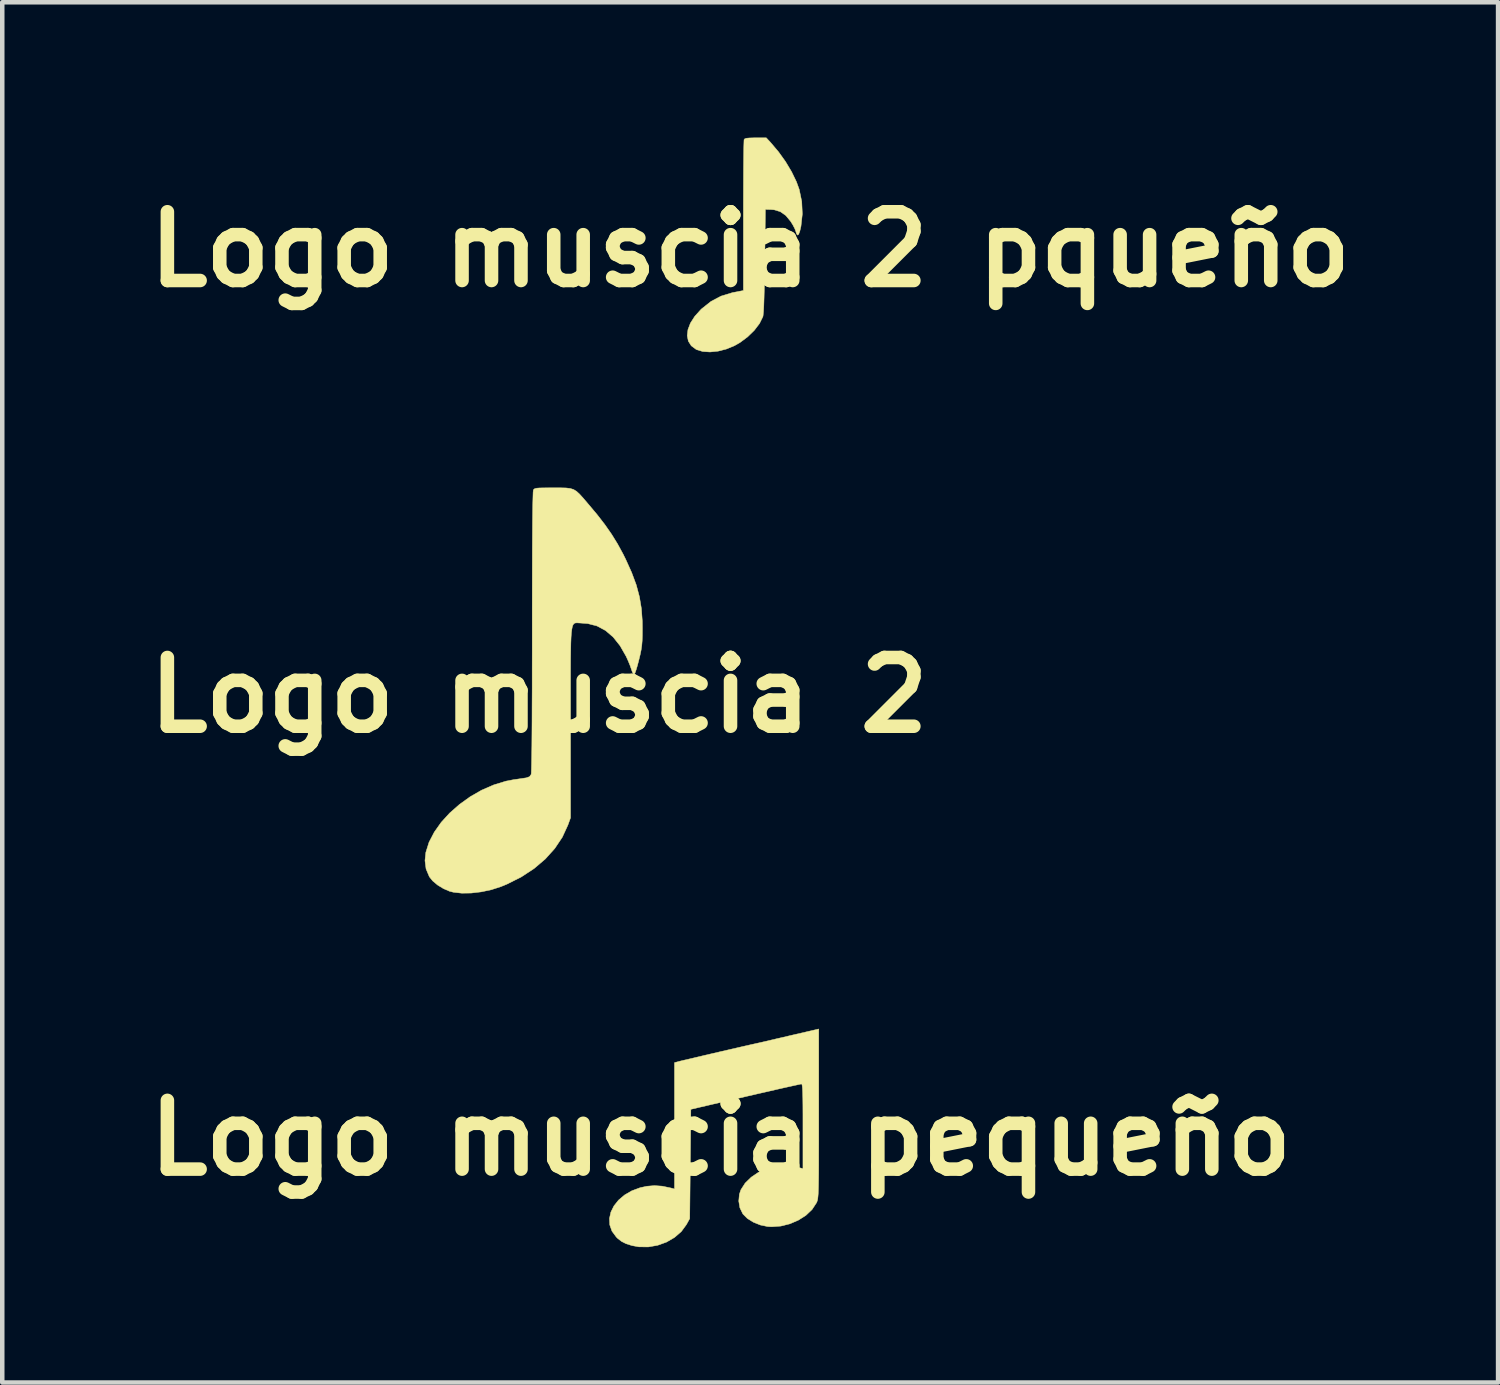
<source format=kicad_pcb>
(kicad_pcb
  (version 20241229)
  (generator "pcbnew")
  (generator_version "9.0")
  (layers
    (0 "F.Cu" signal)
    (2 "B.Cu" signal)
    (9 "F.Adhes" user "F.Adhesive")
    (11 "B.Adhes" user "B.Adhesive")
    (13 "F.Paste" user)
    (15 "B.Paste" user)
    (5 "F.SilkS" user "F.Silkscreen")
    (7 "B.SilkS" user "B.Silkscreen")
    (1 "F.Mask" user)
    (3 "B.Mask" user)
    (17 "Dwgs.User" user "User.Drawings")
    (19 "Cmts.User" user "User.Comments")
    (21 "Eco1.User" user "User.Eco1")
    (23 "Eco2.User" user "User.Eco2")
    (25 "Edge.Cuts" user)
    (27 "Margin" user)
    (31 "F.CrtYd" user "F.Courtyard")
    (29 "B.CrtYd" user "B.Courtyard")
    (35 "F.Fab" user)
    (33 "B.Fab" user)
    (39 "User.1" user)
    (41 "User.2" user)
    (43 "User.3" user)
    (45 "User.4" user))
  (footprint "Logo muscia pequeño"
    (layer "F.Cu")
    (at 12.925 22.175)
    (property "Reference" "Logo muscia pequeño" (at 0 0 0) (layer "F.SilkS") (effects (font (size 1.524 1.524) (thickness 0.3))))
    (attr through_hole)
    (fp_poly (pts (xy 2.173 -0.542) (xy 2.173 -0.192) (xy 2.173 0.113) (xy 2.172 0.374) (xy 2.172 0.596) (xy 2.171 0.782) (xy 2.169 0.936) (xy 2.167 1.061) (xy 2.164 1.16) (xy 2.161 1.238) (xy 2.156 1.298) (xy 2.151 1.343) (xy 2.145 1.376) (xy 2.137 1.402) (xy 2.129 1.424) (xy 2.121 1.439) (xy 2.024 1.586) (xy 1.888 1.715) (xy 1.721 1.821) (xy 1.533 1.902) (xy 1.333 1.952) (xy 1.129 1.967) (xy 1.04 1.962) (xy 0.878 1.928) (xy 0.724 1.866) (xy 0.591 1.783) (xy 0.494 1.686) (xy 0.489 1.679) (xy 0.425 1.547) (xy 0.4 1.398) (xy 0.414 1.246) (xy 0.448 1.146) (xy 0.543 0.998) (xy 0.677 0.868) (xy 0.84 0.758) (xy 1.023 0.675) (xy 1.217 0.622) (xy 1.411 0.604) (xy 1.567 0.619) (xy 1.656 0.637) (xy 1.733 0.655) (xy 1.767 0.664) (xy 1.823 0.68) (xy 1.823 -0.259) (xy 1.823 -0.511) (xy 1.822 -0.717) (xy 1.82 -0.881) (xy 1.817 -1.006) (xy 1.813 -1.096) (xy 1.807 -1.156) (xy 1.8 -1.189) (xy 1.792 -1.199) (xy 1.762 -1.193) (xy 1.688 -1.177) (xy 1.574 -1.152) (xy 1.425 -1.119) (xy 1.244 -1.078) (xy 1.037 -1.03) (xy 0.808 -0.978) (xy 0.561 -0.921) (xy 0.3 -0.86) (xy 0.031 -0.798) (xy -0.243 -0.734) (xy -0.475 -0.68) (xy -0.662 -0.636) (xy -0.674 0.575) (xy -0.687 1.786) (xy -0.761 1.92) (xy -0.874 2.074) (xy -1.024 2.204) (xy -1.201 2.307) (xy -1.398 2.378) (xy -1.605 2.414) (xy -1.814 2.412) (xy -1.967 2.384) (xy -2.099 2.342) (xy -2.198 2.292) (xy -2.283 2.226) (xy -2.315 2.194) (xy -2.41 2.065) (xy -2.459 1.926) (xy -2.466 1.783) (xy -2.434 1.641) (xy -2.366 1.504) (xy -2.264 1.376) (xy -2.131 1.263) (xy -1.971 1.17) (xy -1.785 1.101) (xy -1.637 1.069) (xy -1.469 1.055) (xy -1.298 1.067) (xy -1.107 1.107) (xy -1.08 1.114) (xy -1.024 1.13) (xy -1.024 -1.671) (xy -0.93 -1.696) (xy -0.884 -1.708) (xy -0.796 -1.729) (xy -0.674 -1.757) (xy -0.526 -1.792) (xy -0.358 -1.832) (xy -0.178 -1.874) (xy 0.007 -1.917) (xy 0.19 -1.959) (xy 0.363 -1.999) (xy 0.519 -2.035) (xy 0.65 -2.065) (xy 0.75 -2.087) (xy 0.811 -2.101) (xy 0.812 -2.101) (xy 0.884 -2.117) (xy 0.985 -2.14) (xy 1.097 -2.166) (xy 1.124 -2.173) (xy 1.234 -2.199) (xy 1.375 -2.231) (xy 1.527 -2.267) (xy 1.661 -2.298) (xy 1.791 -2.328) (xy 1.912 -2.356) (xy 2.011 -2.379) (xy 2.075 -2.394) (xy 2.079 -2.395) (xy 2.173 -2.417) (xy 2.173 -0.542)) (stroke (width 0.01) (type solid)) (fill yes) (layer "F.SilkS")))
  (footprint "Logo muscia 2 pqueño"
    (layer "F.Cu")
    (at 13.578 2.478)
    (property "Reference" "Logo muscia 2 pqueño" (at 0 0 0) (layer "F.SilkS") (effects (font (size 1.524 1.524) (thickness 0.3))))
    (attr through_hole)
    (fp_poly (pts (xy 0.456 -2.366) (xy 0.627 -2.164) (xy 0.784 -1.945) (xy 0.919 -1.719) (xy 1.025 -1.5) (xy 1.087 -1.33) (xy 1.143 -1.061) (xy 1.156 -0.784) (xy 1.126 -0.512) (xy 1.101 -0.405) (xy 1.075 -0.335) (xy 1.05 -0.316) (xy 1.027 -0.346) (xy 1.011 -0.4) (xy 0.989 -0.46) (xy 0.947 -0.541) (xy 0.899 -0.619) (xy 0.79 -0.751) (xy 0.669 -0.836) (xy 0.531 -0.878) (xy 0.466 -0.883) (xy 0.337 -0.887) (xy 0.324 0.262) (xy 0.319 0.577) (xy 0.314 0.847) (xy 0.308 1.072) (xy 0.302 1.25) (xy 0.295 1.381) (xy 0.287 1.463) (xy 0.282 1.491) (xy 0.207 1.643) (xy 0.091 1.795) (xy -0.056 1.938) (xy -0.225 2.064) (xy -0.349 2.135) (xy -0.528 2.209) (xy -0.712 2.256) (xy -0.89 2.274) (xy -1.052 2.263) (xy -1.187 2.222) (xy -1.199 2.216) (xy -1.306 2.136) (xy -1.371 2.033) (xy -1.395 1.912) (xy -1.379 1.778) (xy -1.324 1.634) (xy -1.229 1.485) (xy -1.095 1.336) (xy -1.074 1.316) (xy -0.868 1.153) (xy -0.644 1.035) (xy -0.395 0.959) (xy -0.364 0.953) (xy -0.15 0.912) (xy -0.15 -0.741) (xy -0.15 -1.025) (xy -0.149 -1.294) (xy -0.148 -1.545) (xy -0.147 -1.773) (xy -0.145 -1.974) (xy -0.143 -2.145) (xy -0.141 -2.279) (xy -0.138 -2.374) (xy -0.136 -2.426) (xy -0.135 -2.433) (xy -0.119 -2.452) (xy -0.082 -2.464) (xy -0.015 -2.47) (xy 0.091 -2.473) (xy 0.119 -2.473) (xy 0.357 -2.473) (xy 0.456 -2.366)) (stroke (width 0.01) (type solid)) (fill yes) (layer "F.SilkS")))
  (footprint "Logo muscia 2"
    (layer "F.Cu")
    (at 8.897 12.358)
    (property "Reference" "Logo muscia 2" (at 0 0 0) (layer "F.SilkS") (effects (font (size 1.524 1.524) (thickness 0.3))))
    (attr through_hole)
    (fp_poly (pts (xy 0.599 -4.592) (xy 0.692 -4.581) (xy 0.766 -4.558) (xy 0.832 -4.518) (xy 0.9 -4.455) (xy 0.98 -4.367) (xy 1.078 -4.252) (xy 1.285 -4.006) (xy 1.46 -3.78) (xy 1.61 -3.565) (xy 1.742 -3.351) (xy 1.864 -3.127) (xy 1.922 -3.01) (xy 2.055 -2.715) (xy 2.156 -2.443) (xy 2.226 -2.181) (xy 2.27 -1.918) (xy 2.29 -1.64) (xy 2.292 -1.486) (xy 2.291 -1.326) (xy 2.287 -1.202) (xy 2.278 -1.098) (xy 2.264 -1.001) (xy 2.242 -0.895) (xy 2.213 -0.776) (xy 2.182 -0.658) (xy 2.153 -0.56) (xy 2.128 -0.49) (xy 2.111 -0.458) (xy 2.11 -0.457) (xy 2.089 -0.474) (xy 2.064 -0.526) (xy 2.05 -0.568) (xy 2.021 -0.652) (xy 1.978 -0.757) (xy 1.932 -0.859) (xy 1.796 -1.096) (xy 1.644 -1.287) (xy 1.475 -1.432) (xy 1.288 -1.532) (xy 1.082 -1.586) (xy 0.919 -1.598) (xy 0.881 -1.6) (xy 0.848 -1.602) (xy 0.818 -1.601) (xy 0.793 -1.596) (xy 0.772 -1.581) (xy 0.754 -1.556) (xy 0.739 -1.516) (xy 0.728 -1.458) (xy 0.718 -1.38) (xy 0.711 -1.278) (xy 0.706 -1.149) (xy 0.703 -0.991) (xy 0.7 -0.8) (xy 0.699 -0.573) (xy 0.699 -0.308) (xy 0.699 -0.000246) (xy 0.699 0.352) (xy 0.699 0.616) (xy 0.699 2.72) (xy 0.64 2.882) (xy 0.517 3.149) (xy 0.349 3.4) (xy 0.139 3.633) (xy -0.109 3.844) (xy -0.394 4.031) (xy -0.711 4.19) (xy -0.847 4.246) (xy -1.059 4.314) (xy -1.281 4.361) (xy -1.503 4.387) (xy -1.711 4.39) (xy -1.896 4.369) (xy -1.986 4.346) (xy -2.119 4.288) (xy -2.248 4.209) (xy -2.356 4.118) (xy -2.431 4.025) (xy -2.431 4.024) (xy -2.503 3.853) (xy -2.527 3.667) (xy -2.508 3.486) (xy -2.437 3.26) (xy -2.321 3.037) (xy -2.167 2.819) (xy -1.979 2.613) (xy -1.763 2.423) (xy -1.525 2.252) (xy -1.271 2.106) (xy -1.004 1.99) (xy -0.733 1.907) (xy -0.562 1.874) (xy -0.455 1.859) (xy -0.357 1.844) (xy -0.287 1.834) (xy -0.28 1.833) (xy -0.209 1.807) (xy -0.174 1.758) (xy -0.17 1.723) (xy -0.167 1.641) (xy -0.164 1.512) (xy -0.161 1.338) (xy -0.158 1.121) (xy -0.156 0.863) (xy -0.154 0.565) (xy -0.153 0.229) (xy -0.151 -0.143) (xy -0.151 -0.549) (xy -0.15 -0.988) (xy -0.15 -1.402) (xy -0.15 -1.931) (xy -0.149 -2.411) (xy -0.148 -2.842) (xy -0.147 -3.223) (xy -0.145 -3.556) (xy -0.143 -3.84) (xy -0.14 -4.076) (xy -0.137 -4.264) (xy -0.133 -4.404) (xy -0.13 -4.497) (xy -0.125 -4.543) (xy -0.124 -4.547) (xy -0.111 -4.565) (xy -0.09 -4.578) (xy -0.052 -4.587) (xy 0.01 -4.592) (xy 0.102 -4.594) (xy 0.234 -4.595) (xy 0.315 -4.595) (xy 0.477 -4.595) (xy 0.599 -4.592)) (stroke (width 0.01) (type solid)) (fill yes) (layer "F.SilkS")))
  (gr_rect
    (start -3 -3)
    (end 30.156 27.594)
    (stroke (width 0.1) (type default))
    (fill no)
    (layer "Edge.Cuts")))
</source>
